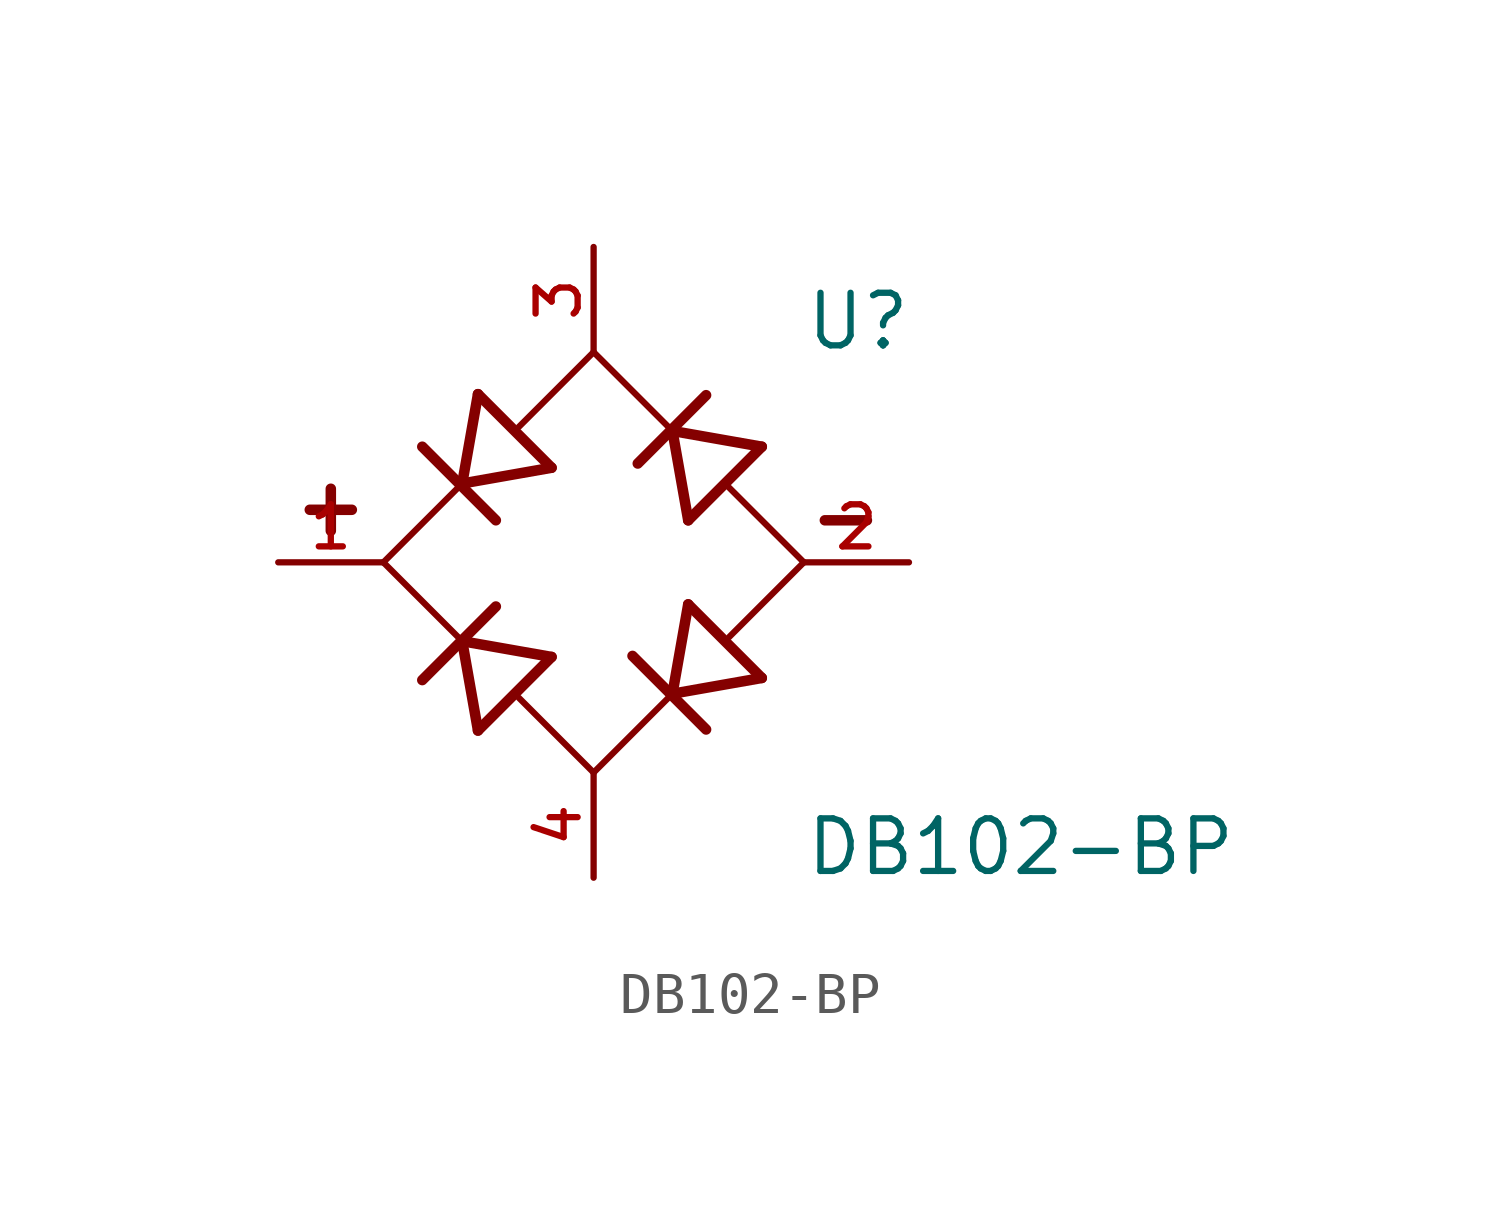
<source format=kicad_sym>
(kicad_symbol_lib
  (version 20211014)
  (generator kicad_symbol_editor)
  (symbol "DB102-BP"
    (pin_names
      (offset 1.016))
    (property "Reference" "U"
      (at 5.08 5.08 0)
      (effects (font (size 1.27 1.27)) (justify bottom left)))
    (property "Value" "DB102-BP"
      (at 5.08 -7.62 0)
      (effects (font (size 1.27 1.27)) (justify bottom left)))
    (symbol "DB102-BP_0_0"
      (polyline (pts (xy 1.905 -3.175) (xy 4.064 -2.794)) (stroke (width 0.254)))
      (polyline (pts (xy 1.905 -3.175) (xy 2.286 -1.016)) (stroke (width 0.254)))
      (polyline (pts (xy 2.718 -4.039) (xy 0.94 -2.261)) (stroke (width 0.254)))
      (polyline (pts (xy 1.905 3.175) (xy 4.064 2.794)) (stroke (width 0.254)))
      (polyline (pts (xy 1.905 3.175) (xy 2.286 1.016)) (stroke (width 0.254)))
      (polyline (pts (xy 2.718 4.039) (xy 1.067 2.388)) (stroke (width 0.254)))
      (polyline (pts (xy -3.175 1.905) (xy -2.794 4.064)) (stroke (width 0.254)))
      (polyline (pts (xy -3.175 1.905) (xy -1.016 2.286)) (stroke (width 0.254)))
      (polyline (pts (xy -2.362 1.016) (xy -4.14 2.794)) (stroke (width 0.254)))
      (polyline (pts (xy -3.175 -1.905) (xy -2.794 -4.064)) (stroke (width 0.254)))
      (polyline (pts (xy -3.175 -1.905) (xy -1.016 -2.286)) (stroke (width 0.254)))
      (polyline (pts (xy -2.362 -1.067) (xy -4.14 -2.845)) (stroke (width 0.254)))
      (polyline (pts (xy -5.08 0.0) (xy -3.175 -1.905)) (stroke (width 0.152)))
      (polyline (pts (xy 0.0 -5.08) (xy 1.905 -3.175)) (stroke (width 0.152)))
      (polyline (pts (xy 3.277 -1.803) (xy 5.08 0.0)) (stroke (width 0.152)))
      (polyline (pts (xy 4.064 -2.794) (xy 2.286 -1.016)) (stroke (width 0.254)))
      (polyline (pts (xy 5.08 0.0) (xy 3.277 1.803)) (stroke (width 0.152)))
      (polyline (pts (xy 4.064 2.794) (xy 2.286 1.016)) (stroke (width 0.254)))
      (polyline (pts (xy 1.905 3.175) (xy 0.0 5.08)) (stroke (width 0.152)))
      (polyline (pts (xy 0.0 5.08) (xy -1.803 3.277)) (stroke (width 0.152)))
      (polyline (pts (xy -1.016 2.286) (xy -2.794 4.064)) (stroke (width 0.254)))
      (polyline (pts (xy -3.175 1.905) (xy -5.08 0.0)) (stroke (width 0.152)))
      (polyline (pts (xy 0.0 -5.08) (xy -1.803 -3.277)) (stroke (width 0.152)))
      (polyline (pts (xy -1.016 -2.286) (xy -2.794 -4.064)) (stroke (width 0.254)))
      (polyline (pts (xy 5.588 1.016) (xy 6.604 1.016)) (stroke (width 0.254)))
      (polyline (pts (xy -6.858 1.27) (xy -5.842 1.27)) (stroke (width 0.254)))
      (polyline (pts (xy -6.35 0.762) (xy -6.35 1.778)) (stroke (width 0.254)))
      (pin passive line (at 0.0 7.62 270.0) (length 2.54) (name "~" (effects (font (size 1.016 1.016)))) (number "3" (effects (font (size 1.016 1.016)))))
      (pin passive line (at -7.62 0.0 0) (length 2.54) (name "~" (effects (font (size 1.016 1.016)))) (number "1" (effects (font (size 1.016 1.016)))))
      (pin passive line (at 0.0 -7.62 90.0) (length 2.54) (name "~" (effects (font (size 1.016 1.016)))) (number "4" (effects (font (size 1.016 1.016)))))
      (pin passive line (at 7.62 0.0 180.0) (length 2.54) (name "~" (effects (font (size 1.016 1.016)))) (number "2" (effects (font (size 1.016 1.016))))))))
</source>
